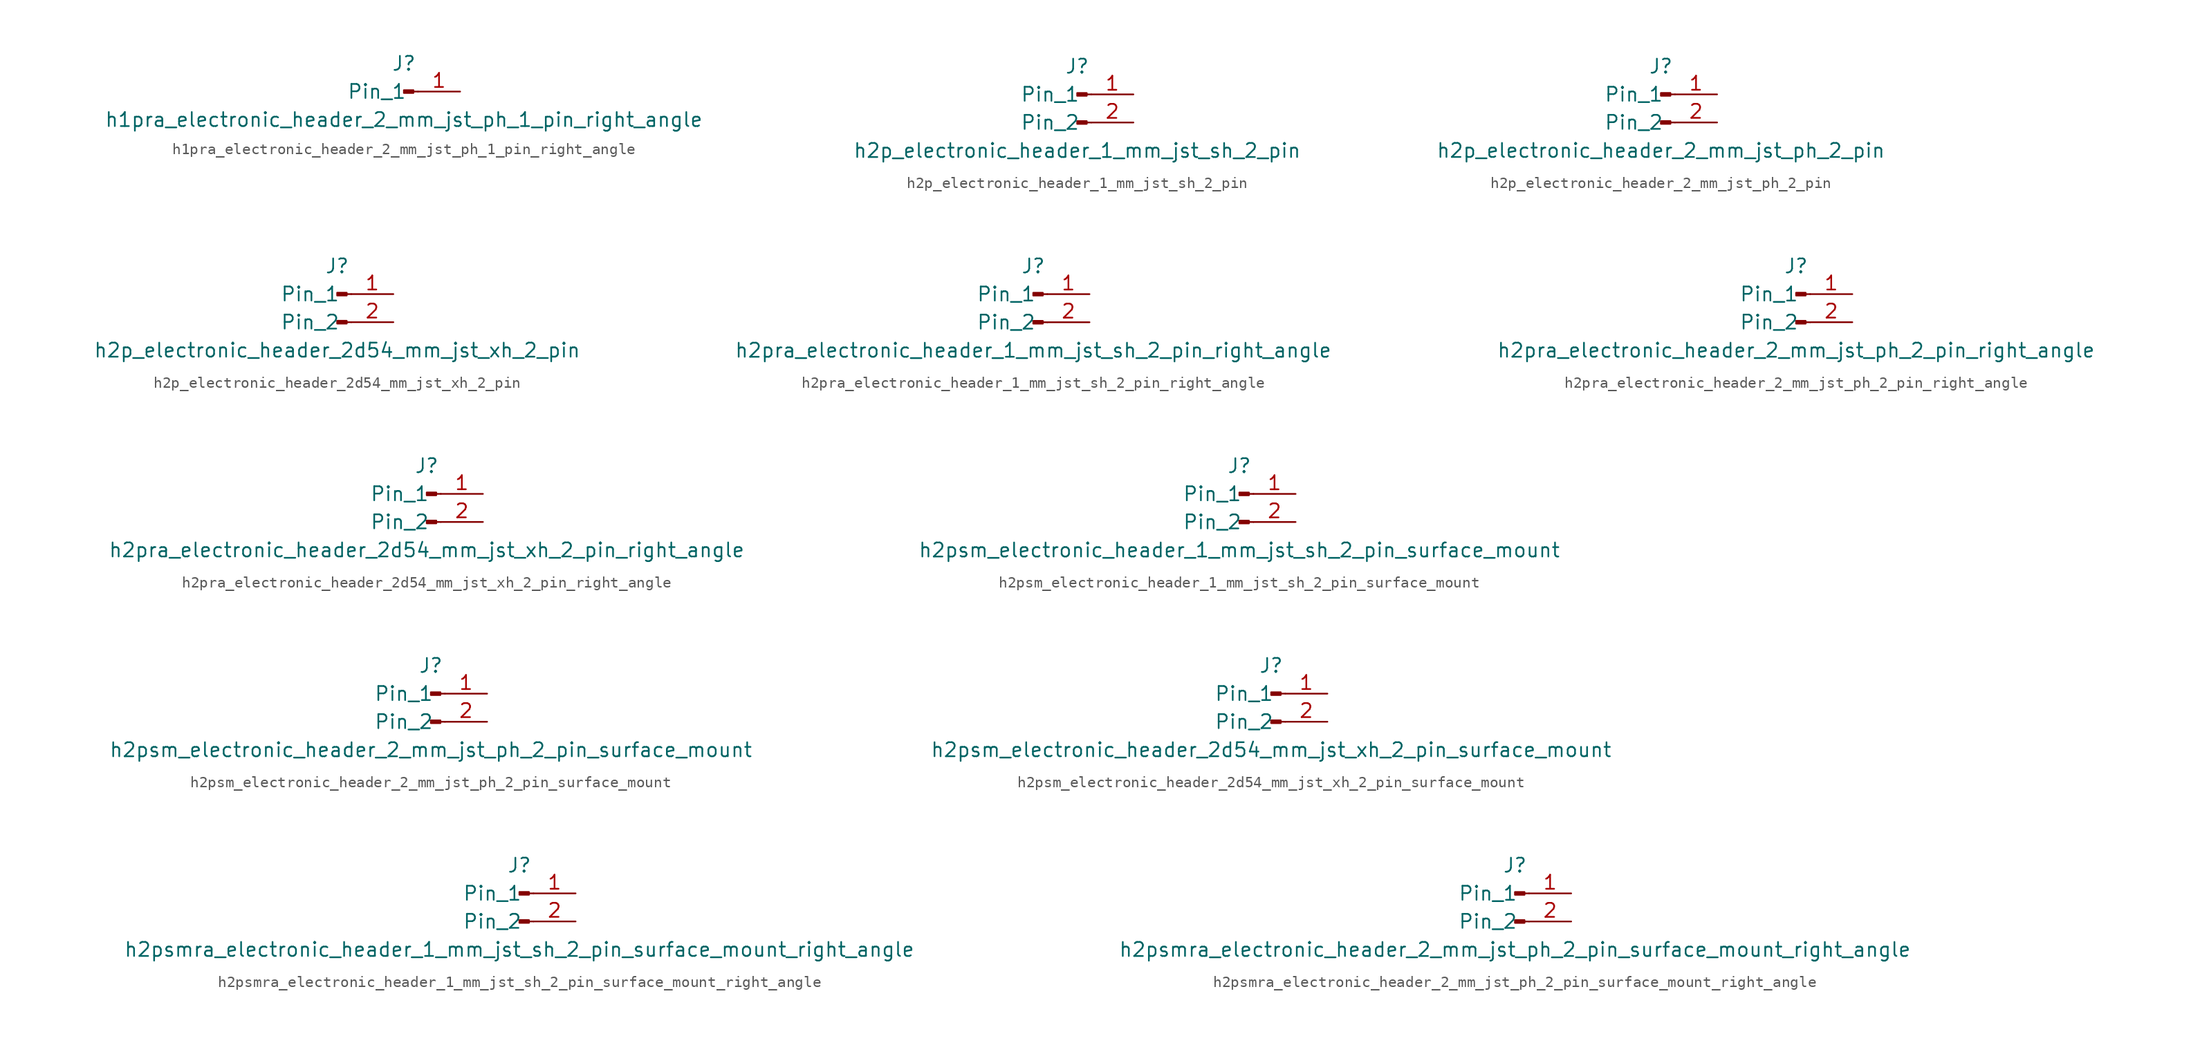
<source format=kicad_sym>
(kicad_symbol_lib
  (version 20220914)
  (generator kicad_symbol_editor)
  (symbol "h1pra_electronic_header_2_mm_jst_ph_1_pin_right_angle"
    (pin_names
      (offset 1.016))
    (property "Reference" "J"
      (at 0 2.54 0)
      (effects (font (size 1.27 1.27))))
    (property "Value" "h1pra_electronic_header_2_mm_jst_ph_1_pin_right_angle"
      (at 0 -2.54 0)
      (effects (font (size 1.27 1.27))))
    (property "ki_locked" ""
      (at 0 0 0)
      (effects (font (size 1.27 1.27))))
    (symbol "h1pra_electronic_header_2_mm_jst_ph_1_pin_right_angle_1_1"
      (polyline (pts (xy 1.27 0) (xy 0.864 0)) (stroke (width 0.152) (type default)) (fill (type none)))
      (rectangle (start 0.864 0.127) (end 0 -0.127) (stroke (width 0.152) (type default)) (fill (type outline)))
      (pin passive line (at 5.08 0 180) (length 3.81) (name "Pin_1" (effects (font (size 1.27 1.27)))) (number "1" (effects (font (size 1.27 1.27)))))))
  (symbol "h2p_electronic_header_1_mm_jst_sh_2_pin"
    (pin_names
      (offset 1.016))
    (property "Reference" "J"
      (at 0 2.54 0)
      (effects (font (size 1.27 1.27))))
    (property "Value" "h2p_electronic_header_1_mm_jst_sh_2_pin"
      (at 0 -5.08 0)
      (effects (font (size 1.27 1.27))))
    (property "ki_locked" ""
      (at 0 0 0)
      (effects (font (size 1.27 1.27))))
    (symbol "h2p_electronic_header_1_mm_jst_sh_2_pin_1_1"
      (polyline (pts (xy 1.27 -2.54) (xy 0.864 -2.54)) (stroke (width 0.152) (type default)) (fill (type none)))
      (polyline (pts (xy 1.27 0) (xy 0.864 0)) (stroke (width 0.152) (type default)) (fill (type none)))
      (rectangle (start 0.864 -2.413) (end 0 -2.667) (stroke (width 0.152) (type default)) (fill (type outline)))
      (rectangle (start 0.864 0.127) (end 0 -0.127) (stroke (width 0.152) (type default)) (fill (type outline)))
      (pin passive line (at 5.08 0 180) (length 3.81) (name "Pin_1" (effects (font (size 1.27 1.27)))) (number "1" (effects (font (size 1.27 1.27)))))
      (pin passive line (at 5.08 -2.54 180) (length 3.81) (name "Pin_2" (effects (font (size 1.27 1.27)))) (number "2" (effects (font (size 1.27 1.27)))))))
  (symbol "h2p_electronic_header_2_mm_jst_ph_2_pin"
    (pin_names
      (offset 1.016))
    (property "Reference" "J"
      (at 0 2.54 0)
      (effects (font (size 1.27 1.27))))
    (property "Value" "h2p_electronic_header_2_mm_jst_ph_2_pin"
      (at 0 -5.08 0)
      (effects (font (size 1.27 1.27))))
    (property "ki_locked" ""
      (at 0 0 0)
      (effects (font (size 1.27 1.27))))
    (symbol "h2p_electronic_header_2_mm_jst_ph_2_pin_1_1"
      (polyline (pts (xy 1.27 -2.54) (xy 0.864 -2.54)) (stroke (width 0.152) (type default)) (fill (type none)))
      (polyline (pts (xy 1.27 0) (xy 0.864 0)) (stroke (width 0.152) (type default)) (fill (type none)))
      (rectangle (start 0.864 -2.413) (end 0 -2.667) (stroke (width 0.152) (type default)) (fill (type outline)))
      (rectangle (start 0.864 0.127) (end 0 -0.127) (stroke (width 0.152) (type default)) (fill (type outline)))
      (pin passive line (at 5.08 0 180) (length 3.81) (name "Pin_1" (effects (font (size 1.27 1.27)))) (number "1" (effects (font (size 1.27 1.27)))))
      (pin passive line (at 5.08 -2.54 180) (length 3.81) (name "Pin_2" (effects (font (size 1.27 1.27)))) (number "2" (effects (font (size 1.27 1.27)))))))
  (symbol "h2p_electronic_header_2d54_mm_jst_xh_2_pin"
    (pin_names
      (offset 1.016))
    (property "Reference" "J"
      (at 0 2.54 0)
      (effects (font (size 1.27 1.27))))
    (property "Value" "h2p_electronic_header_2d54_mm_jst_xh_2_pin"
      (at 0 -5.08 0)
      (effects (font (size 1.27 1.27))))
    (property "ki_locked" ""
      (at 0 0 0)
      (effects (font (size 1.27 1.27))))
    (symbol "h2p_electronic_header_2d54_mm_jst_xh_2_pin_1_1"
      (polyline (pts (xy 1.27 -2.54) (xy 0.864 -2.54)) (stroke (width 0.152) (type default)) (fill (type none)))
      (polyline (pts (xy 1.27 0) (xy 0.864 0)) (stroke (width 0.152) (type default)) (fill (type none)))
      (rectangle (start 0.864 -2.413) (end 0 -2.667) (stroke (width 0.152) (type default)) (fill (type outline)))
      (rectangle (start 0.864 0.127) (end 0 -0.127) (stroke (width 0.152) (type default)) (fill (type outline)))
      (pin passive line (at 5.08 0 180) (length 3.81) (name "Pin_1" (effects (font (size 1.27 1.27)))) (number "1" (effects (font (size 1.27 1.27)))))
      (pin passive line (at 5.08 -2.54 180) (length 3.81) (name "Pin_2" (effects (font (size 1.27 1.27)))) (number "2" (effects (font (size 1.27 1.27)))))))
  (symbol "h2pra_electronic_header_1_mm_jst_sh_2_pin_right_angle"
    (pin_names
      (offset 1.016))
    (property "Reference" "J"
      (at 0 2.54 0)
      (effects (font (size 1.27 1.27))))
    (property "Value" "h2pra_electronic_header_1_mm_jst_sh_2_pin_right_angle"
      (at 0 -5.08 0)
      (effects (font (size 1.27 1.27))))
    (property "ki_locked" ""
      (at 0 0 0)
      (effects (font (size 1.27 1.27))))
    (symbol "h2pra_electronic_header_1_mm_jst_sh_2_pin_right_angle_1_1"
      (polyline (pts (xy 1.27 -2.54) (xy 0.864 -2.54)) (stroke (width 0.152) (type default)) (fill (type none)))
      (polyline (pts (xy 1.27 0) (xy 0.864 0)) (stroke (width 0.152) (type default)) (fill (type none)))
      (rectangle (start 0.864 -2.413) (end 0 -2.667) (stroke (width 0.152) (type default)) (fill (type outline)))
      (rectangle (start 0.864 0.127) (end 0 -0.127) (stroke (width 0.152) (type default)) (fill (type outline)))
      (pin passive line (at 5.08 0 180) (length 3.81) (name "Pin_1" (effects (font (size 1.27 1.27)))) (number "1" (effects (font (size 1.27 1.27)))))
      (pin passive line (at 5.08 -2.54 180) (length 3.81) (name "Pin_2" (effects (font (size 1.27 1.27)))) (number "2" (effects (font (size 1.27 1.27)))))))
  (symbol "h2pra_electronic_header_2_mm_jst_ph_2_pin_right_angle"
    (pin_names
      (offset 1.016))
    (property "Reference" "J"
      (at 0 2.54 0)
      (effects (font (size 1.27 1.27))))
    (property "Value" "h2pra_electronic_header_2_mm_jst_ph_2_pin_right_angle"
      (at 0 -5.08 0)
      (effects (font (size 1.27 1.27))))
    (property "ki_locked" ""
      (at 0 0 0)
      (effects (font (size 1.27 1.27))))
    (symbol "h2pra_electronic_header_2_mm_jst_ph_2_pin_right_angle_1_1"
      (polyline (pts (xy 1.27 -2.54) (xy 0.864 -2.54)) (stroke (width 0.152) (type default)) (fill (type none)))
      (polyline (pts (xy 1.27 0) (xy 0.864 0)) (stroke (width 0.152) (type default)) (fill (type none)))
      (rectangle (start 0.864 -2.413) (end 0 -2.667) (stroke (width 0.152) (type default)) (fill (type outline)))
      (rectangle (start 0.864 0.127) (end 0 -0.127) (stroke (width 0.152) (type default)) (fill (type outline)))
      (pin passive line (at 5.08 0 180) (length 3.81) (name "Pin_1" (effects (font (size 1.27 1.27)))) (number "1" (effects (font (size 1.27 1.27)))))
      (pin passive line (at 5.08 -2.54 180) (length 3.81) (name "Pin_2" (effects (font (size 1.27 1.27)))) (number "2" (effects (font (size 1.27 1.27)))))))
  (symbol "h2pra_electronic_header_2d54_mm_jst_xh_2_pin_right_angle"
    (pin_names
      (offset 1.016))
    (property "Reference" "J"
      (at 0 2.54 0)
      (effects (font (size 1.27 1.27))))
    (property "Value" "h2pra_electronic_header_2d54_mm_jst_xh_2_pin_right_angle"
      (at 0 -5.08 0)
      (effects (font (size 1.27 1.27))))
    (property "ki_locked" ""
      (at 0 0 0)
      (effects (font (size 1.27 1.27))))
    (symbol "h2pra_electronic_header_2d54_mm_jst_xh_2_pin_right_angle_1_1"
      (polyline (pts (xy 1.27 -2.54) (xy 0.864 -2.54)) (stroke (width 0.152) (type default)) (fill (type none)))
      (polyline (pts (xy 1.27 0) (xy 0.864 0)) (stroke (width 0.152) (type default)) (fill (type none)))
      (rectangle (start 0.864 -2.413) (end 0 -2.667) (stroke (width 0.152) (type default)) (fill (type outline)))
      (rectangle (start 0.864 0.127) (end 0 -0.127) (stroke (width 0.152) (type default)) (fill (type outline)))
      (pin passive line (at 5.08 0 180) (length 3.81) (name "Pin_1" (effects (font (size 1.27 1.27)))) (number "1" (effects (font (size 1.27 1.27)))))
      (pin passive line (at 5.08 -2.54 180) (length 3.81) (name "Pin_2" (effects (font (size 1.27 1.27)))) (number "2" (effects (font (size 1.27 1.27)))))))
  (symbol "h2psm_electronic_header_1_mm_jst_sh_2_pin_surface_mount"
    (pin_names
      (offset 1.016))
    (property "Reference" "J"
      (at 0 2.54 0)
      (effects (font (size 1.27 1.27))))
    (property "Value" "h2psm_electronic_header_1_mm_jst_sh_2_pin_surface_mount"
      (at 0 -5.08 0)
      (effects (font (size 1.27 1.27))))
    (property "ki_locked" ""
      (at 0 0 0)
      (effects (font (size 1.27 1.27))))
    (symbol "h2psm_electronic_header_1_mm_jst_sh_2_pin_surface_mount_1_1"
      (polyline (pts (xy 1.27 -2.54) (xy 0.864 -2.54)) (stroke (width 0.152) (type default)) (fill (type none)))
      (polyline (pts (xy 1.27 0) (xy 0.864 0)) (stroke (width 0.152) (type default)) (fill (type none)))
      (rectangle (start 0.864 -2.413) (end 0 -2.667) (stroke (width 0.152) (type default)) (fill (type outline)))
      (rectangle (start 0.864 0.127) (end 0 -0.127) (stroke (width 0.152) (type default)) (fill (type outline)))
      (pin passive line (at 5.08 0 180) (length 3.81) (name "Pin_1" (effects (font (size 1.27 1.27)))) (number "1" (effects (font (size 1.27 1.27)))))
      (pin passive line (at 5.08 -2.54 180) (length 3.81) (name "Pin_2" (effects (font (size 1.27 1.27)))) (number "2" (effects (font (size 1.27 1.27)))))))
  (symbol "h2psm_electronic_header_2_mm_jst_ph_2_pin_surface_mount"
    (pin_names
      (offset 1.016))
    (property "Reference" "J"
      (at 0 2.54 0)
      (effects (font (size 1.27 1.27))))
    (property "Value" "h2psm_electronic_header_2_mm_jst_ph_2_pin_surface_mount"
      (at 0 -5.08 0)
      (effects (font (size 1.27 1.27))))
    (property "ki_locked" ""
      (at 0 0 0)
      (effects (font (size 1.27 1.27))))
    (symbol "h2psm_electronic_header_2_mm_jst_ph_2_pin_surface_mount_1_1"
      (polyline (pts (xy 1.27 -2.54) (xy 0.864 -2.54)) (stroke (width 0.152) (type default)) (fill (type none)))
      (polyline (pts (xy 1.27 0) (xy 0.864 0)) (stroke (width 0.152) (type default)) (fill (type none)))
      (rectangle (start 0.864 -2.413) (end 0 -2.667) (stroke (width 0.152) (type default)) (fill (type outline)))
      (rectangle (start 0.864 0.127) (end 0 -0.127) (stroke (width 0.152) (type default)) (fill (type outline)))
      (pin passive line (at 5.08 0 180) (length 3.81) (name "Pin_1" (effects (font (size 1.27 1.27)))) (number "1" (effects (font (size 1.27 1.27)))))
      (pin passive line (at 5.08 -2.54 180) (length 3.81) (name "Pin_2" (effects (font (size 1.27 1.27)))) (number "2" (effects (font (size 1.27 1.27)))))))
  (symbol "h2psm_electronic_header_2d54_mm_jst_xh_2_pin_surface_mount"
    (pin_names
      (offset 1.016))
    (property "Reference" "J"
      (at 0 2.54 0)
      (effects (font (size 1.27 1.27))))
    (property "Value" "h2psm_electronic_header_2d54_mm_jst_xh_2_pin_surface_mount"
      (at 0 -5.08 0)
      (effects (font (size 1.27 1.27))))
    (property "ki_locked" ""
      (at 0 0 0)
      (effects (font (size 1.27 1.27))))
    (symbol "h2psm_electronic_header_2d54_mm_jst_xh_2_pin_surface_mount_1_1"
      (polyline (pts (xy 1.27 -2.54) (xy 0.864 -2.54)) (stroke (width 0.152) (type default)) (fill (type none)))
      (polyline (pts (xy 1.27 0) (xy 0.864 0)) (stroke (width 0.152) (type default)) (fill (type none)))
      (rectangle (start 0.864 -2.413) (end 0 -2.667) (stroke (width 0.152) (type default)) (fill (type outline)))
      (rectangle (start 0.864 0.127) (end 0 -0.127) (stroke (width 0.152) (type default)) (fill (type outline)))
      (pin passive line (at 5.08 0 180) (length 3.81) (name "Pin_1" (effects (font (size 1.27 1.27)))) (number "1" (effects (font (size 1.27 1.27)))))
      (pin passive line (at 5.08 -2.54 180) (length 3.81) (name "Pin_2" (effects (font (size 1.27 1.27)))) (number "2" (effects (font (size 1.27 1.27)))))))
  (symbol "h2psmra_electronic_header_1_mm_jst_sh_2_pin_surface_mount_right_angle"
    (pin_names
      (offset 1.016))
    (property "Reference" "J"
      (at 0 2.54 0)
      (effects (font (size 1.27 1.27))))
    (property "Value" "h2psmra_electronic_header_1_mm_jst_sh_2_pin_surface_mount_right_angle"
      (at 0 -5.08 0)
      (effects (font (size 1.27 1.27))))
    (property "ki_locked" ""
      (at 0 0 0)
      (effects (font (size 1.27 1.27))))
    (symbol "h2psmra_electronic_header_1_mm_jst_sh_2_pin_surface_mount_right_angle_1_1"
      (polyline (pts (xy 1.27 -2.54) (xy 0.864 -2.54)) (stroke (width 0.152) (type default)) (fill (type none)))
      (polyline (pts (xy 1.27 0) (xy 0.864 0)) (stroke (width 0.152) (type default)) (fill (type none)))
      (rectangle (start 0.864 -2.413) (end 0 -2.667) (stroke (width 0.152) (type default)) (fill (type outline)))
      (rectangle (start 0.864 0.127) (end 0 -0.127) (stroke (width 0.152) (type default)) (fill (type outline)))
      (pin passive line (at 5.08 0 180) (length 3.81) (name "Pin_1" (effects (font (size 1.27 1.27)))) (number "1" (effects (font (size 1.27 1.27)))))
      (pin passive line (at 5.08 -2.54 180) (length 3.81) (name "Pin_2" (effects (font (size 1.27 1.27)))) (number "2" (effects (font (size 1.27 1.27)))))))
  (symbol "h2psmra_electronic_header_2_mm_jst_ph_2_pin_surface_mount_right_angle"
    (pin_names
      (offset 1.016))
    (property "Reference" "J"
      (at 0 2.54 0)
      (effects (font (size 1.27 1.27))))
    (property "Value" "h2psmra_electronic_header_2_mm_jst_ph_2_pin_surface_mount_right_angle"
      (at 0 -5.08 0)
      (effects (font (size 1.27 1.27))))
    (property "ki_locked" ""
      (at 0 0 0)
      (effects (font (size 1.27 1.27))))
    (symbol "h2psmra_electronic_header_2_mm_jst_ph_2_pin_surface_mount_right_angle_1_1"
      (polyline (pts (xy 1.27 -2.54) (xy 0.864 -2.54)) (stroke (width 0.152) (type default)) (fill (type none)))
      (polyline (pts (xy 1.27 0) (xy 0.864 0)) (stroke (width 0.152) (type default)) (fill (type none)))
      (rectangle (start 0.864 -2.413) (end 0 -2.667) (stroke (width 0.152) (type default)) (fill (type outline)))
      (rectangle (start 0.864 0.127) (end 0 -0.127) (stroke (width 0.152) (type default)) (fill (type outline)))
      (pin passive line (at 5.08 0 180) (length 3.81) (name "Pin_1" (effects (font (size 1.27 1.27)))) (number "1" (effects (font (size 1.27 1.27)))))
      (pin passive line (at 5.08 -2.54 180) (length 3.81) (name "Pin_2" (effects (font (size 1.27 1.27)))) (number "2" (effects (font (size 1.27 1.27))))))))
</source>
